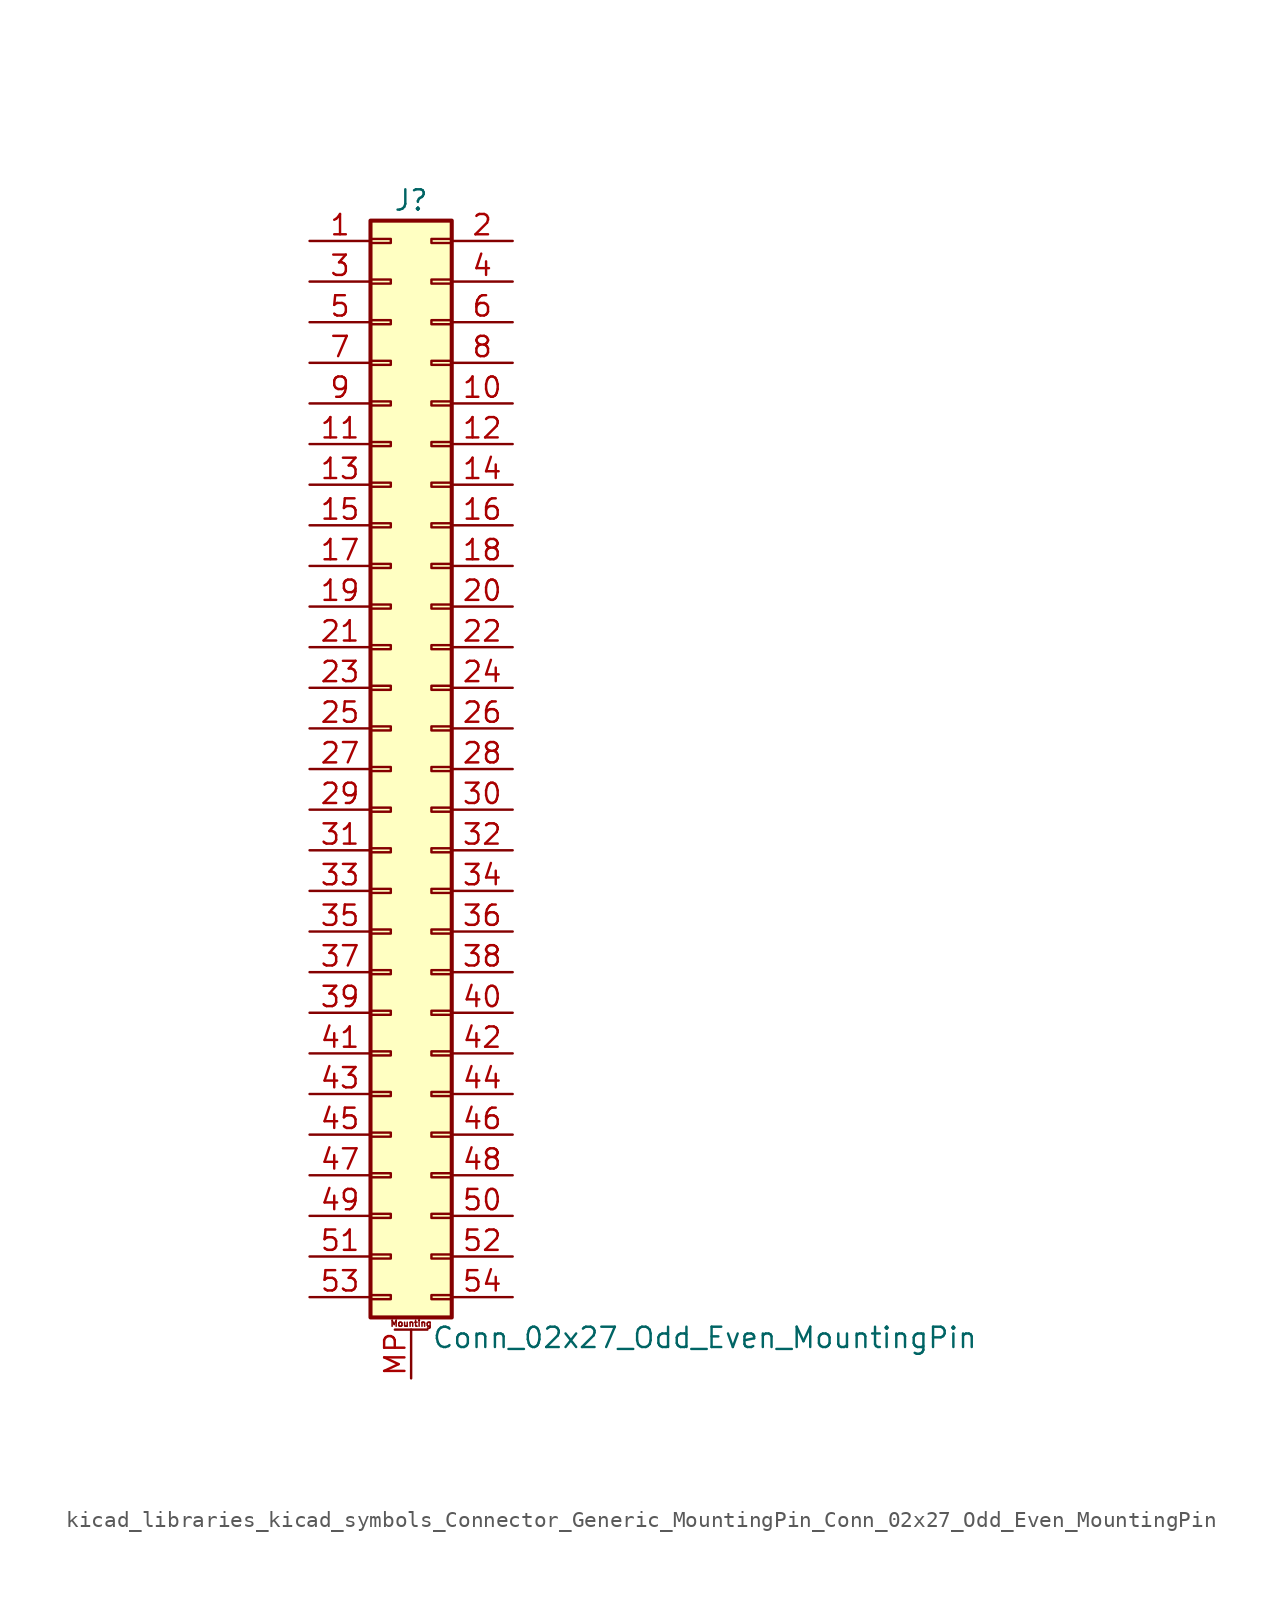
<source format=kicad_sym>
(kicad_symbol_lib
  (version 20220914)
  (generator kicad_symbol_editor)
  (symbol "kicad_libraries_kicad_symbols_Connector_Generic_MountingPin_Conn_02x27_Odd_Even_MountingPin"
    (pin_names
      (offset 1.016) hide)
    (property "Reference" "J"
      (at 1.27 35.56 0)
      (effects (font (size 1.27 1.27))))
    (property "Value" "Conn_02x27_Odd_Even_MountingPin"
      (at 2.54 -35.56 0)
      (effects (font (size 1.27 1.27)) (justify left)))
    (symbol "kicad_libraries_kicad_symbols_Connector_Generic_MountingPin_Conn_02x27_Odd_Even_MountingPin_1_1"
      (rectangle (start -1.27 -32.893) (end 0 -33.147) (stroke (width 0.152) (type default)) (fill (type none)))
      (rectangle (start -1.27 -30.353) (end 0 -30.607) (stroke (width 0.152) (type default)) (fill (type none)))
      (rectangle (start -1.27 -27.813) (end 0 -28.067) (stroke (width 0.152) (type default)) (fill (type none)))
      (rectangle (start -1.27 -25.273) (end 0 -25.527) (stroke (width 0.152) (type default)) (fill (type none)))
      (rectangle (start -1.27 -22.733) (end 0 -22.987) (stroke (width 0.152) (type default)) (fill (type none)))
      (rectangle (start -1.27 -20.193) (end 0 -20.447) (stroke (width 0.152) (type default)) (fill (type none)))
      (rectangle (start -1.27 -17.653) (end 0 -17.907) (stroke (width 0.152) (type default)) (fill (type none)))
      (rectangle (start -1.27 -15.113) (end 0 -15.367) (stroke (width 0.152) (type default)) (fill (type none)))
      (rectangle (start -1.27 -12.573) (end 0 -12.827) (stroke (width 0.152) (type default)) (fill (type none)))
      (rectangle (start -1.27 -10.033) (end 0 -10.287) (stroke (width 0.152) (type default)) (fill (type none)))
      (rectangle (start -1.27 -7.493) (end 0 -7.747) (stroke (width 0.152) (type default)) (fill (type none)))
      (rectangle (start -1.27 -4.953) (end 0 -5.207) (stroke (width 0.152) (type default)) (fill (type none)))
      (rectangle (start -1.27 -2.413) (end 0 -2.667) (stroke (width 0.152) (type default)) (fill (type none)))
      (rectangle (start -1.27 0.127) (end 0 -0.127) (stroke (width 0.152) (type default)) (fill (type none)))
      (rectangle (start -1.27 2.667) (end 0 2.413) (stroke (width 0.152) (type default)) (fill (type none)))
      (rectangle (start -1.27 5.207) (end 0 4.953) (stroke (width 0.152) (type default)) (fill (type none)))
      (rectangle (start -1.27 7.747) (end 0 7.493) (stroke (width 0.152) (type default)) (fill (type none)))
      (rectangle (start -1.27 10.287) (end 0 10.033) (stroke (width 0.152) (type default)) (fill (type none)))
      (rectangle (start -1.27 12.827) (end 0 12.573) (stroke (width 0.152) (type default)) (fill (type none)))
      (rectangle (start -1.27 15.367) (end 0 15.113) (stroke (width 0.152) (type default)) (fill (type none)))
      (rectangle (start -1.27 17.907) (end 0 17.653) (stroke (width 0.152) (type default)) (fill (type none)))
      (rectangle (start -1.27 20.447) (end 0 20.193) (stroke (width 0.152) (type default)) (fill (type none)))
      (rectangle (start -1.27 22.987) (end 0 22.733) (stroke (width 0.152) (type default)) (fill (type none)))
      (rectangle (start -1.27 25.527) (end 0 25.273) (stroke (width 0.152) (type default)) (fill (type none)))
      (rectangle (start -1.27 28.067) (end 0 27.813) (stroke (width 0.152) (type default)) (fill (type none)))
      (rectangle (start -1.27 30.607) (end 0 30.353) (stroke (width 0.152) (type default)) (fill (type none)))
      (rectangle (start -1.27 33.147) (end 0 32.893) (stroke (width 0.152) (type default)) (fill (type none)))
      (rectangle (start -1.27 34.29) (end 3.81 -34.29) (stroke (width 0.254) (type default)) (fill (type background)))
      (polyline (pts (xy 0.254 -35.052) (xy 2.286 -35.052)) (stroke (width 0.152) (type default)) (fill (type none)))
      (rectangle (start 3.81 -32.893) (end 2.54 -33.147) (stroke (width 0.152) (type default)) (fill (type none)))
      (rectangle (start 3.81 -30.353) (end 2.54 -30.607) (stroke (width 0.152) (type default)) (fill (type none)))
      (rectangle (start 3.81 -27.813) (end 2.54 -28.067) (stroke (width 0.152) (type default)) (fill (type none)))
      (rectangle (start 3.81 -25.273) (end 2.54 -25.527) (stroke (width 0.152) (type default)) (fill (type none)))
      (rectangle (start 3.81 -22.733) (end 2.54 -22.987) (stroke (width 0.152) (type default)) (fill (type none)))
      (rectangle (start 3.81 -20.193) (end 2.54 -20.447) (stroke (width 0.152) (type default)) (fill (type none)))
      (rectangle (start 3.81 -17.653) (end 2.54 -17.907) (stroke (width 0.152) (type default)) (fill (type none)))
      (rectangle (start 3.81 -15.113) (end 2.54 -15.367) (stroke (width 0.152) (type default)) (fill (type none)))
      (rectangle (start 3.81 -12.573) (end 2.54 -12.827) (stroke (width 0.152) (type default)) (fill (type none)))
      (rectangle (start 3.81 -10.033) (end 2.54 -10.287) (stroke (width 0.152) (type default)) (fill (type none)))
      (rectangle (start 3.81 -7.493) (end 2.54 -7.747) (stroke (width 0.152) (type default)) (fill (type none)))
      (rectangle (start 3.81 -4.953) (end 2.54 -5.207) (stroke (width 0.152) (type default)) (fill (type none)))
      (rectangle (start 3.81 -2.413) (end 2.54 -2.667) (stroke (width 0.152) (type default)) (fill (type none)))
      (rectangle (start 3.81 0.127) (end 2.54 -0.127) (stroke (width 0.152) (type default)) (fill (type none)))
      (rectangle (start 3.81 2.667) (end 2.54 2.413) (stroke (width 0.152) (type default)) (fill (type none)))
      (rectangle (start 3.81 5.207) (end 2.54 4.953) (stroke (width 0.152) (type default)) (fill (type none)))
      (rectangle (start 3.81 7.747) (end 2.54 7.493) (stroke (width 0.152) (type default)) (fill (type none)))
      (rectangle (start 3.81 10.287) (end 2.54 10.033) (stroke (width 0.152) (type default)) (fill (type none)))
      (rectangle (start 3.81 12.827) (end 2.54 12.573) (stroke (width 0.152) (type default)) (fill (type none)))
      (rectangle (start 3.81 15.367) (end 2.54 15.113) (stroke (width 0.152) (type default)) (fill (type none)))
      (rectangle (start 3.81 17.907) (end 2.54 17.653) (stroke (width 0.152) (type default)) (fill (type none)))
      (rectangle (start 3.81 20.447) (end 2.54 20.193) (stroke (width 0.152) (type default)) (fill (type none)))
      (rectangle (start 3.81 22.987) (end 2.54 22.733) (stroke (width 0.152) (type default)) (fill (type none)))
      (rectangle (start 3.81 25.527) (end 2.54 25.273) (stroke (width 0.152) (type default)) (fill (type none)))
      (rectangle (start 3.81 28.067) (end 2.54 27.813) (stroke (width 0.152) (type default)) (fill (type none)))
      (rectangle (start 3.81 30.607) (end 2.54 30.353) (stroke (width 0.152) (type default)) (fill (type none)))
      (rectangle (start 3.81 33.147) (end 2.54 32.893) (stroke (width 0.152) (type default)) (fill (type none)))
      (text "Mounting" (at 1.27 -34.671 0) (effects (font (size 0.381 0.381))))
      (pin passive line (at -5.08 33.02 0) (length 3.81) (name "Pin_1" (effects (font (size 1.27 1.27)))) (number "1" (effects (font (size 1.27 1.27)))))
      (pin passive line (at 7.62 22.86 180) (length 3.81) (name "Pin_10" (effects (font (size 1.27 1.27)))) (number "10" (effects (font (size 1.27 1.27)))))
      (pin passive line (at -5.08 20.32 0) (length 3.81) (name "Pin_11" (effects (font (size 1.27 1.27)))) (number "11" (effects (font (size 1.27 1.27)))))
      (pin passive line (at 7.62 20.32 180) (length 3.81) (name "Pin_12" (effects (font (size 1.27 1.27)))) (number "12" (effects (font (size 1.27 1.27)))))
      (pin passive line (at -5.08 17.78 0) (length 3.81) (name "Pin_13" (effects (font (size 1.27 1.27)))) (number "13" (effects (font (size 1.27 1.27)))))
      (pin passive line (at 7.62 17.78 180) (length 3.81) (name "Pin_14" (effects (font (size 1.27 1.27)))) (number "14" (effects (font (size 1.27 1.27)))))
      (pin passive line (at -5.08 15.24 0) (length 3.81) (name "Pin_15" (effects (font (size 1.27 1.27)))) (number "15" (effects (font (size 1.27 1.27)))))
      (pin passive line (at 7.62 15.24 180) (length 3.81) (name "Pin_16" (effects (font (size 1.27 1.27)))) (number "16" (effects (font (size 1.27 1.27)))))
      (pin passive line (at -5.08 12.7 0) (length 3.81) (name "Pin_17" (effects (font (size 1.27 1.27)))) (number "17" (effects (font (size 1.27 1.27)))))
      (pin passive line (at 7.62 12.7 180) (length 3.81) (name "Pin_18" (effects (font (size 1.27 1.27)))) (number "18" (effects (font (size 1.27 1.27)))))
      (pin passive line (at -5.08 10.16 0) (length 3.81) (name "Pin_19" (effects (font (size 1.27 1.27)))) (number "19" (effects (font (size 1.27 1.27)))))
      (pin passive line (at 7.62 33.02 180) (length 3.81) (name "Pin_2" (effects (font (size 1.27 1.27)))) (number "2" (effects (font (size 1.27 1.27)))))
      (pin passive line (at 7.62 10.16 180) (length 3.81) (name "Pin_20" (effects (font (size 1.27 1.27)))) (number "20" (effects (font (size 1.27 1.27)))))
      (pin passive line (at -5.08 7.62 0) (length 3.81) (name "Pin_21" (effects (font (size 1.27 1.27)))) (number "21" (effects (font (size 1.27 1.27)))))
      (pin passive line (at 7.62 7.62 180) (length 3.81) (name "Pin_22" (effects (font (size 1.27 1.27)))) (number "22" (effects (font (size 1.27 1.27)))))
      (pin passive line (at -5.08 5.08 0) (length 3.81) (name "Pin_23" (effects (font (size 1.27 1.27)))) (number "23" (effects (font (size 1.27 1.27)))))
      (pin passive line (at 7.62 5.08 180) (length 3.81) (name "Pin_24" (effects (font (size 1.27 1.27)))) (number "24" (effects (font (size 1.27 1.27)))))
      (pin passive line (at -5.08 2.54 0) (length 3.81) (name "Pin_25" (effects (font (size 1.27 1.27)))) (number "25" (effects (font (size 1.27 1.27)))))
      (pin passive line (at 7.62 2.54 180) (length 3.81) (name "Pin_26" (effects (font (size 1.27 1.27)))) (number "26" (effects (font (size 1.27 1.27)))))
      (pin passive line (at -5.08 0 0) (length 3.81) (name "Pin_27" (effects (font (size 1.27 1.27)))) (number "27" (effects (font (size 1.27 1.27)))))
      (pin passive line (at 7.62 0 180) (length 3.81) (name "Pin_28" (effects (font (size 1.27 1.27)))) (number "28" (effects (font (size 1.27 1.27)))))
      (pin passive line (at -5.08 -2.54 0) (length 3.81) (name "Pin_29" (effects (font (size 1.27 1.27)))) (number "29" (effects (font (size 1.27 1.27)))))
      (pin passive line (at -5.08 30.48 0) (length 3.81) (name "Pin_3" (effects (font (size 1.27 1.27)))) (number "3" (effects (font (size 1.27 1.27)))))
      (pin passive line (at 7.62 -2.54 180) (length 3.81) (name "Pin_30" (effects (font (size 1.27 1.27)))) (number "30" (effects (font (size 1.27 1.27)))))
      (pin passive line (at -5.08 -5.08 0) (length 3.81) (name "Pin_31" (effects (font (size 1.27 1.27)))) (number "31" (effects (font (size 1.27 1.27)))))
      (pin passive line (at 7.62 -5.08 180) (length 3.81) (name "Pin_32" (effects (font (size 1.27 1.27)))) (number "32" (effects (font (size 1.27 1.27)))))
      (pin passive line (at -5.08 -7.62 0) (length 3.81) (name "Pin_33" (effects (font (size 1.27 1.27)))) (number "33" (effects (font (size 1.27 1.27)))))
      (pin passive line (at 7.62 -7.62 180) (length 3.81) (name "Pin_34" (effects (font (size 1.27 1.27)))) (number "34" (effects (font (size 1.27 1.27)))))
      (pin passive line (at -5.08 -10.16 0) (length 3.81) (name "Pin_35" (effects (font (size 1.27 1.27)))) (number "35" (effects (font (size 1.27 1.27)))))
      (pin passive line (at 7.62 -10.16 180) (length 3.81) (name "Pin_36" (effects (font (size 1.27 1.27)))) (number "36" (effects (font (size 1.27 1.27)))))
      (pin passive line (at -5.08 -12.7 0) (length 3.81) (name "Pin_37" (effects (font (size 1.27 1.27)))) (number "37" (effects (font (size 1.27 1.27)))))
      (pin passive line (at 7.62 -12.7 180) (length 3.81) (name "Pin_38" (effects (font (size 1.27 1.27)))) (number "38" (effects (font (size 1.27 1.27)))))
      (pin passive line (at -5.08 -15.24 0) (length 3.81) (name "Pin_39" (effects (font (size 1.27 1.27)))) (number "39" (effects (font (size 1.27 1.27)))))
      (pin passive line (at 7.62 30.48 180) (length 3.81) (name "Pin_4" (effects (font (size 1.27 1.27)))) (number "4" (effects (font (size 1.27 1.27)))))
      (pin passive line (at 7.62 -15.24 180) (length 3.81) (name "Pin_40" (effects (font (size 1.27 1.27)))) (number "40" (effects (font (size 1.27 1.27)))))
      (pin passive line (at -5.08 -17.78 0) (length 3.81) (name "Pin_41" (effects (font (size 1.27 1.27)))) (number "41" (effects (font (size 1.27 1.27)))))
      (pin passive line (at 7.62 -17.78 180) (length 3.81) (name "Pin_42" (effects (font (size 1.27 1.27)))) (number "42" (effects (font (size 1.27 1.27)))))
      (pin passive line (at -5.08 -20.32 0) (length 3.81) (name "Pin_43" (effects (font (size 1.27 1.27)))) (number "43" (effects (font (size 1.27 1.27)))))
      (pin passive line (at 7.62 -20.32 180) (length 3.81) (name "Pin_44" (effects (font (size 1.27 1.27)))) (number "44" (effects (font (size 1.27 1.27)))))
      (pin passive line (at -5.08 -22.86 0) (length 3.81) (name "Pin_45" (effects (font (size 1.27 1.27)))) (number "45" (effects (font (size 1.27 1.27)))))
      (pin passive line (at 7.62 -22.86 180) (length 3.81) (name "Pin_46" (effects (font (size 1.27 1.27)))) (number "46" (effects (font (size 1.27 1.27)))))
      (pin passive line (at -5.08 -25.4 0) (length 3.81) (name "Pin_47" (effects (font (size 1.27 1.27)))) (number "47" (effects (font (size 1.27 1.27)))))
      (pin passive line (at 7.62 -25.4 180) (length 3.81) (name "Pin_48" (effects (font (size 1.27 1.27)))) (number "48" (effects (font (size 1.27 1.27)))))
      (pin passive line (at -5.08 -27.94 0) (length 3.81) (name "Pin_49" (effects (font (size 1.27 1.27)))) (number "49" (effects (font (size 1.27 1.27)))))
      (pin passive line (at -5.08 27.94 0) (length 3.81) (name "Pin_5" (effects (font (size 1.27 1.27)))) (number "5" (effects (font (size 1.27 1.27)))))
      (pin passive line (at 7.62 -27.94 180) (length 3.81) (name "Pin_50" (effects (font (size 1.27 1.27)))) (number "50" (effects (font (size 1.27 1.27)))))
      (pin passive line (at -5.08 -30.48 0) (length 3.81) (name "Pin_51" (effects (font (size 1.27 1.27)))) (number "51" (effects (font (size 1.27 1.27)))))
      (pin passive line (at 7.62 -30.48 180) (length 3.81) (name "Pin_52" (effects (font (size 1.27 1.27)))) (number "52" (effects (font (size 1.27 1.27)))))
      (pin passive line (at -5.08 -33.02 0) (length 3.81) (name "Pin_53" (effects (font (size 1.27 1.27)))) (number "53" (effects (font (size 1.27 1.27)))))
      (pin passive line (at 7.62 -33.02 180) (length 3.81) (name "Pin_54" (effects (font (size 1.27 1.27)))) (number "54" (effects (font (size 1.27 1.27)))))
      (pin passive line (at 7.62 27.94 180) (length 3.81) (name "Pin_6" (effects (font (size 1.27 1.27)))) (number "6" (effects (font (size 1.27 1.27)))))
      (pin passive line (at -5.08 25.4 0) (length 3.81) (name "Pin_7" (effects (font (size 1.27 1.27)))) (number "7" (effects (font (size 1.27 1.27)))))
      (pin passive line (at 7.62 25.4 180) (length 3.81) (name "Pin_8" (effects (font (size 1.27 1.27)))) (number "8" (effects (font (size 1.27 1.27)))))
      (pin passive line (at -5.08 22.86 0) (length 3.81) (name "Pin_9" (effects (font (size 1.27 1.27)))) (number "9" (effects (font (size 1.27 1.27)))))
      (pin passive line (at 1.27 -38.1 90) (length 3.048) (name "MountPin" (effects (font (size 1.27 1.27)))) (number "MP" (effects (font (size 1.27 1.27))))))))
</source>
